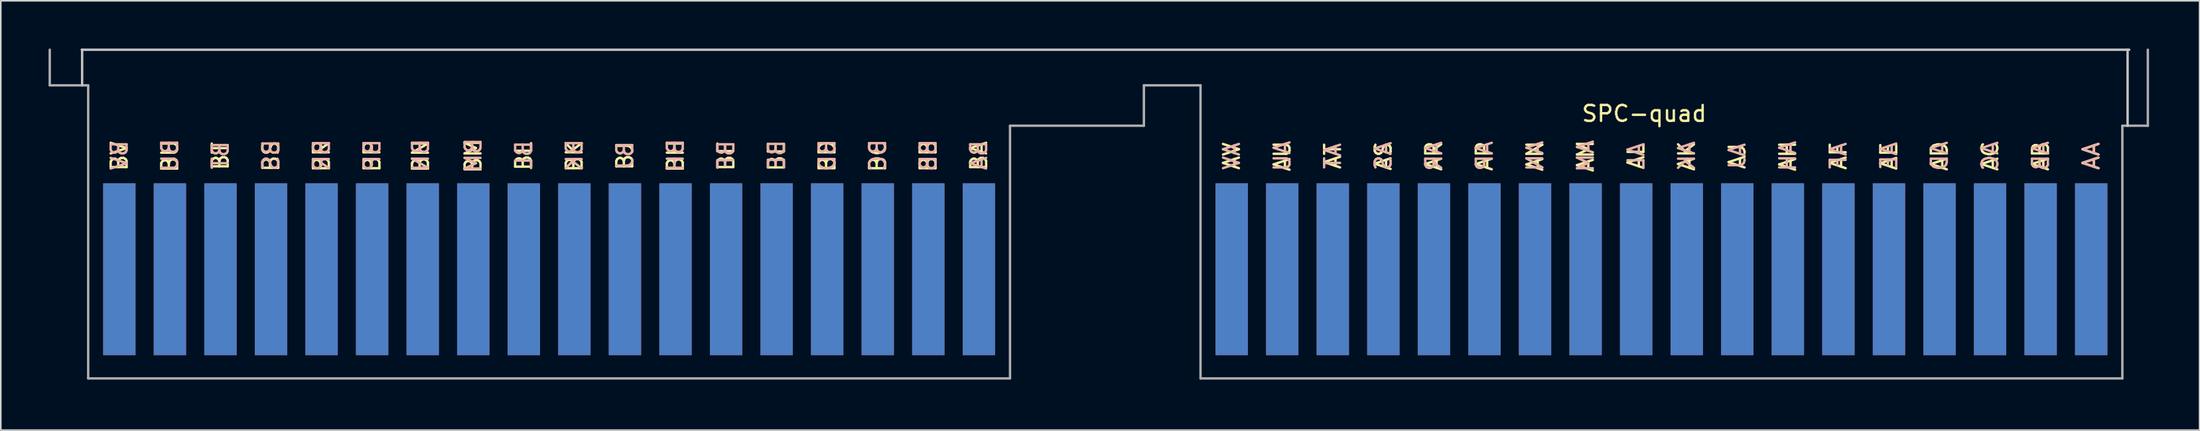
<source format=kicad_pcb>
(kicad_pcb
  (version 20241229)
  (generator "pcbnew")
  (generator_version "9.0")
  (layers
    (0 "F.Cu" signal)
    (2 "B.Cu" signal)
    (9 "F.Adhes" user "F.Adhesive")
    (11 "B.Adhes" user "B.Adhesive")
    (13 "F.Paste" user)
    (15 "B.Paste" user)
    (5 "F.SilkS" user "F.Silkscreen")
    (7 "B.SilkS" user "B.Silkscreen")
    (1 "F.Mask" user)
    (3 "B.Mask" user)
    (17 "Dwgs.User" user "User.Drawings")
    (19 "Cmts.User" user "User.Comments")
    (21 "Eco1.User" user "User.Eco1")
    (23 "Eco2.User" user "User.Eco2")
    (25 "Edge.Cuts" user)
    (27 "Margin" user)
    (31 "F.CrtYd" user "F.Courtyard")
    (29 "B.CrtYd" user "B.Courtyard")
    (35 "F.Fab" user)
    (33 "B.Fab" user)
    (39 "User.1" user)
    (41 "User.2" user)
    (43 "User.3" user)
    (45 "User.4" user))
  (footprint "SPC-quad"
    (layer "F.Cu")
    (at 131.825 20.725)
    (property "Reference" "SPC-quad" (at -31.623 -16.637 0) (layer "F.SilkS") (effects (font (size 1 1) (thickness 0.15))))
    (attr through_hole)
    (fp_line (start -129.743 -20.65) (end -1.168 -20.65) (stroke (width 0.15) (type solid)) (layer "Dwgs.User"))
    (fp_line (start -129.718 -18.415) (end -129.718 -20.65) (stroke (width 0.15) (type solid)) (layer "Dwgs.User"))
    (fp_line (start -1.27 -15.875) (end -1.27 -20.65) (stroke (width 0.15) (type solid)) (layer "Dwgs.User"))
    (fp_line (start -131.75 -18.415) (end -131.75 -20.65) (stroke (width 0.15) (type solid)) (layer "F.Fab"))
    (fp_line (start -129.337 -18.415) (end -131.75 -18.415) (stroke (width 0.15) (type solid)) (layer "F.Fab"))
    (fp_line (start -129.337 0) (end -129.337 -18.415) (stroke (width 0.15) (type solid)) (layer "F.Fab"))
    (fp_line (start -71.45 -15.875) (end -71.45 0) (stroke (width 0.15) (type solid)) (layer "F.Fab"))
    (fp_line (start -71.45 0) (end -129.337 0) (stroke (width 0.15) (type solid)) (layer "F.Fab"))
    (fp_line (start -63.043 -18.415) (end -63.043 -15.875) (stroke (width 0.15) (type solid)) (layer "F.Fab"))
    (fp_line (start -63.043 -15.875) (end -71.45 -15.875) (stroke (width 0.15) (type solid)) (layer "F.Fab"))
    (fp_line (start -59.487 -18.415) (end -63.043 -18.415) (stroke (width 0.15) (type solid)) (layer "F.Fab"))
    (fp_line (start -59.487 0) (end -59.487 -18.415) (stroke (width 0.15) (type solid)) (layer "F.Fab"))
    (fp_line (start -59.487 0) (end -1.6 0) (stroke (width 0.15) (type solid)) (layer "F.Fab"))
    (fp_line (start -1.6 -15.875) (end 0 -15.875) (stroke (width 0.15) (type solid)) (layer "F.Fab"))
    (fp_line (start -1.6 0) (end -1.6 -15.875) (stroke (width 0.15) (type solid)) (layer "F.Fab"))
    (fp_line (start 0 -15.875) (end 0 -20.65) (stroke (width 0.15) (type solid)) (layer "F.Fab"))
    (fp_text user "BK" (at -98.806 -13.97 90) (layer "F.SilkS") (effects (font (size 1 1) (thickness 0.15))))
    (fp_text user "BS" (at -117.856 -13.97 90) (layer "F.SilkS") (effects (font (size 1 1) (thickness 0.15))))
    (fp_text user "BF" (at -89.281 -13.97 90) (layer "F.SilkS") (effects (font (size 1 1) (thickness 0.15))))
    (fp_text user "AD" (at -13.081 -13.97 90) (layer "F.SilkS") (effects (font (size 1 1) (thickness 0.15))))
    (fp_text user "AL" (at -32.131 -13.97 90) (layer "F.SilkS") (effects (font (size 1 1) (thickness 0.15))))
    (fp_text user "AT" (at -51.181 -13.97 90) (layer "F.SilkS") (effects (font (size 1 1) (thickness 0.15))))
    (fp_text user "BB" (at -76.581 -13.97 90) (layer "F.SilkS") (effects (font (size 1 1) (thickness 0.15))))
    (fp_text user "AA" (at -3.556 -13.97 90) (layer "F.SilkS") (effects (font (size 1 1) (thickness 0.15))))
    (fp_text user "BN" (at -108.458 -13.97 90) (layer "F.SilkS") (effects (font (size 1 1) (thickness 0.15))))
    (fp_text user "AJ" (at -25.781 -13.97 90) (layer "F.SilkS") (effects (font (size 1 1) (thickness 0.15))))
    (fp_text user "AF" (at -19.431 -13.97 90) (layer "F.SilkS") (effects (font (size 1 1) (thickness 0.15))))
    (fp_text user "AN" (at -38.481 -13.97 90) (layer "F.SilkS") (effects (font (size 1 1) (thickness 0.15))))
    (fp_text user "AP" (at -41.656 -13.97 90) (layer "F.SilkS") (effects (font (size 1 1) (thickness 0.15))))
    (fp_text user "BE" (at -86.106 -13.97 90) (layer "F.SilkS") (effects (font (size 1 1) (thickness 0.15))))
    (fp_text user "AC" (at -9.906 -13.97 90) (layer "F.SilkS") (effects (font (size 1 1) (thickness 0.15))))
    (fp_text user "AV" (at -57.531 -13.97 90) (layer "F.SilkS") (effects (font (size 1 1) (thickness 0.15))))
    (fp_text user "BM" (at -105.156 -13.97 90) (layer "F.SilkS") (effects (font (size 1 1) (thickness 0.15))))
    (fp_text user "BV" (at -127.381 -13.97 90) (layer "F.SilkS") (effects (font (size 1 1) (thickness 0.15))))
    (fp_text user "AH" (at -22.606 -13.97 90) (layer "F.SilkS") (effects (font (size 1 1) (thickness 0.15))))
    (fp_text user "BJ" (at -95.631 -13.97 90) (layer "F.SilkS") (effects (font (size 1 1) (thickness 0.15))))
    (fp_text user "BA" (at -73.406 -13.97 90) (layer "F.SilkS") (effects (font (size 1 1) (thickness 0.15))))
    (fp_text user "BR" (at -114.681 -13.97 90) (layer "F.SilkS") (effects (font (size 1 1) (thickness 0.15))))
    (fp_text user "AU" (at -54.356 -13.97 90) (layer "F.SilkS") (effects (font (size 1 1) (thickness 0.15))))
    (fp_text user "BL" (at -101.981 -13.97 90) (layer "F.SilkS") (effects (font (size 1 1) (thickness 0.15))))
    (fp_text user "BT" (at -121.031 -13.97 90) (layer "F.SilkS") (effects (font (size 1 1) (thickness 0.15))))
    (fp_text user "AS" (at -48.006 -13.97 90) (layer "F.SilkS") (effects (font (size 1 1) (thickness 0.15))))
    (fp_text user "BH" (at -92.456 -13.97 90) (layer "F.SilkS") (effects (font (size 1 1) (thickness 0.15))))
    (fp_text user "AR" (at -44.831 -13.97 90) (layer "F.SilkS") (effects (font (size 1 1) (thickness 0.15))))
    (fp_text user "AM" (at -35.306 -13.97 90) (layer "F.SilkS") (effects (font (size 1 1) (thickness 0.15))))
    (fp_text user "AB" (at -6.731 -13.97 90) (layer "F.SilkS") (effects (font (size 1 1) (thickness 0.15))))
    (fp_text user "AK" (at -28.956 -13.97 90) (layer "F.SilkS") (effects (font (size 1 1) (thickness 0.15))))
    (fp_text user "AE" (at -16.256 -13.97 90) (layer "F.SilkS") (effects (font (size 1 1) (thickness 0.15))))
    (fp_text user "BU" (at -124.206 -13.97 90) (layer "F.SilkS") (effects (font (size 1 1) (thickness 0.15))))
    (fp_text user "BP" (at -111.506 -13.97 90) (layer "F.SilkS") (effects (font (size 1 1) (thickness 0.15))))
    (fp_text user "BC" (at -79.756 -13.97 90) (layer "F.SilkS") (effects (font (size 1 1) (thickness 0.15))))
    (fp_text user "BD" (at -82.931 -13.97 90) (layer "F.SilkS") (effects (font (size 1 1) (thickness 0.15))))
    (fp_text user "BA" (at -73.406 -14.02 90) (layer "B.SilkS") (effects (font (size 1 1) (thickness 0.15)) (justify mirror)))
    (fp_text user "BP" (at -111.506 -14.02 90) (layer "B.SilkS") (effects (font (size 1 1) (thickness 0.15)) (justify mirror)))
    (fp_text user "BM" (at -105.156 -14.02 90) (layer "B.SilkS") (effects (font (size 1 1) (thickness 0.15)) (justify mirror)))
    (fp_text user "AC" (at -9.906 -13.97 90) (layer "B.SilkS") (effects (font (size 1 1) (thickness 0.15)) (justify mirror)))
    (fp_text user "AT" (at -51.181 -13.97 90) (layer "B.SilkS") (effects (font (size 1 1) (thickness 0.15)) (justify mirror)))
    (fp_text user "BJ" (at -95.631 -14.02 90) (layer "B.SilkS") (effects (font (size 1 1) (thickness 0.15)) (justify mirror)))
    (fp_text user "AR" (at -44.831 -13.97 90) (layer "B.SilkS") (effects (font (size 1 1) (thickness 0.15)) (justify mirror)))
    (fp_text user "BK" (at -98.806 -14.02 90) (layer "B.SilkS") (effects (font (size 1 1) (thickness 0.15)) (justify mirror)))
    (fp_text user "AK" (at -28.956 -13.97 90) (layer "B.SilkS") (effects (font (size 1 1) (thickness 0.15)) (justify mirror)))
    (fp_text user "AB" (at -6.731 -13.97 90) (layer "B.SilkS") (effects (font (size 1 1) (thickness 0.15)) (justify mirror)))
    (fp_text user "AH" (at -22.606 -13.97 90) (layer "B.SilkS") (effects (font (size 1 1) (thickness 0.15)) (justify mirror)))
    (fp_text user "AP" (at -41.656 -13.97 90) (layer "B.SilkS") (effects (font (size 1 1) (thickness 0.15)) (justify mirror)))
    (fp_text user "BN" (at -108.458 -14.02 90) (layer "B.SilkS") (effects (font (size 1 1) (thickness 0.15)) (justify mirror)))
    (fp_text user "BR" (at -114.681 -14.02 90) (layer "B.SilkS") (effects (font (size 1 1) (thickness 0.15)) (justify mirror)))
    (fp_text user "AM" (at -35.306 -13.97 90) (layer "B.SilkS") (effects (font (size 1 1) (thickness 0.15)) (justify mirror)))
    (fp_text user "BF" (at -89.281 -14.02 90) (layer "B.SilkS") (effects (font (size 1 1) (thickness 0.15)) (justify mirror)))
    (fp_text user "AF" (at -19.431 -13.97 90) (layer "B.SilkS") (effects (font (size 1 1) (thickness 0.15)) (justify mirror)))
    (fp_text user "BB" (at -76.581 -14.02 90) (layer "B.SilkS") (effects (font (size 1 1) (thickness 0.15)) (justify mirror)))
    (fp_text user "BC" (at -79.756 -14.02 90) (layer "B.SilkS") (effects (font (size 1 1) (thickness 0.15)) (justify mirror)))
    (fp_text user "AN" (at -38.481 -13.97 90) (layer "B.SilkS") (effects (font (size 1 1) (thickness 0.15)) (justify mirror)))
    (fp_text user "AD" (at -13.081 -13.97 90) (layer "B.SilkS") (effects (font (size 1 1) (thickness 0.15)) (justify mirror)))
    (fp_text user "BD" (at -82.931 -14.02 90) (layer "B.SilkS") (effects (font (size 1 1) (thickness 0.15)) (justify mirror)))
    (fp_text user "BH" (at -92.456 -14.02 90) (layer "B.SilkS") (effects (font (size 1 1) (thickness 0.15)) (justify mirror)))
    (fp_text user "AS" (at -48.006 -13.97 90) (layer "B.SilkS") (effects (font (size 1 1) (thickness 0.15)) (justify mirror)))
    (fp_text user "BE" (at -86.106 -14.02 90) (layer "B.SilkS") (effects (font (size 1 1) (thickness 0.15)) (justify mirror)))
    (fp_text user "BL" (at -101.981 -14.02 90) (layer "B.SilkS") (effects (font (size 1 1) (thickness 0.15)) (justify mirror)))
    (fp_text user "AU" (at -54.356 -13.97 90) (layer "B.SilkS") (effects (font (size 1 1) (thickness 0.15)) (justify mirror)))
    (fp_text user "AE" (at -16.256 -13.97 90) (layer "B.SilkS") (effects (font (size 1 1) (thickness 0.15)) (justify mirror)))
    (fp_text user "AL" (at -32.131 -13.97 90) (layer "B.SilkS") (effects (font (size 1 1) (thickness 0.15)) (justify mirror)))
    (fp_text user "BT" (at -121.031 -14.02 90) (layer "B.SilkS") (effects (font (size 1 1) (thickness 0.15)) (justify mirror)))
    (fp_text user "AV" (at -57.531 -13.97 90) (layer "B.SilkS") (effects (font (size 1 1) (thickness 0.15)) (justify mirror)))
    (fp_text user "BS" (at -117.856 -14.02 90) (layer "B.SilkS") (effects (font (size 1 1) (thickness 0.15)) (justify mirror)))
    (fp_text user "BU" (at -124.206 -14.02 90) (layer "B.SilkS") (effects (font (size 1 1) (thickness 0.15)) (justify mirror)))
    (fp_text user "AA" (at -3.556 -13.97 90) (layer "B.SilkS") (effects (font (size 1 1) (thickness 0.15)) (justify mirror)))
    (fp_text user "AJ" (at -25.781 -13.97 90) (layer "B.SilkS") (effects (font (size 1 1) (thickness 0.15)) (justify mirror)))
    (fp_text user "BV" (at -127.381 -14.02 90) (layer "B.SilkS") (effects (font (size 1 1) (thickness 0.15)) (justify mirror)))
    (pad "AA1" connect rect (at -3.556 -6.858) (size 2.032 10.795) (layers "F.Cu" "F.Mask"))
    (pad "AA2" connect rect (at -3.556 -6.858) (size 2.032 10.795) (layers "B.Cu"))
    (pad "AB1" connect rect (at -6.731 -6.858) (size 2.032 10.795) (layers "F.Cu" "F.Mask"))
    (pad "AB2" connect rect (at -6.731 -6.858) (size 2.032 10.795) (layers "B.Cu"))
    (pad "AC1" connect rect (at -9.906 -6.858) (size 2.032 10.795) (layers "F.Cu" "F.Mask"))
    (pad "AC2" connect rect (at -9.906 -6.858) (size 2.032 10.795) (layers "B.Cu"))
    (pad "AD1" connect rect (at -13.081 -6.858) (size 2.032 10.795) (layers "F.Cu" "F.Mask"))
    (pad "AD2" connect rect (at -13.081 -6.858) (size 2.032 10.795) (layers "B.Cu"))
    (pad "AE1" connect rect (at -16.256 -6.858) (size 2.032 10.795) (layers "F.Cu" "F.Mask"))
    (pad "AE2" connect rect (at -16.256 -6.858) (size 2.032 10.795) (layers "B.Cu"))
    (pad "AF1" connect rect (at -19.431 -6.858) (size 2.032 10.795) (layers "F.Cu" "F.Mask"))
    (pad "AF2" connect rect (at -19.431 -6.858) (size 2.032 10.795) (layers "B.Cu"))
    (pad "AH1" connect rect (at -22.606 -6.858) (size 2.032 10.795) (layers "F.Cu" "F.Mask"))
    (pad "AH2" connect rect (at -22.606 -6.858) (size 2.032 10.795) (layers "B.Cu"))
    (pad "AJ1" connect rect (at -25.781 -6.858) (size 2.032 10.795) (layers "F.Cu" "F.Mask"))
    (pad "AJ2" connect rect (at -25.781 -6.858) (size 2.032 10.795) (layers "B.Cu"))
    (pad "AK1" connect rect (at -28.956 -6.858) (size 2.032 10.795) (layers "F.Cu" "F.Mask"))
    (pad "AK2" connect rect (at -28.956 -6.858) (size 2.032 10.795) (layers "B.Cu"))
    (pad "AL1" connect rect (at -32.131 -6.858) (size 2.032 10.795) (layers "F.Cu" "F.Mask"))
    (pad "AL2" connect rect (at -32.131 -6.858) (size 2.032 10.795) (layers "B.Cu"))
    (pad "AM1" connect rect (at -35.306 -6.858) (size 2.032 10.795) (layers "F.Cu" "F.Mask"))
    (pad "AM2" connect rect (at -35.306 -6.858) (size 2.032 10.795) (layers "B.Cu"))
    (pad "AN1" connect rect (at -38.481 -6.858) (size 2.032 10.795) (layers "F.Cu" "F.Mask"))
    (pad "AN2" connect rect (at -38.481 -6.858) (size 2.032 10.795) (layers "B.Cu"))
    (pad "AP1" connect rect (at -41.656 -6.858) (size 2.032 10.795) (layers "F.Cu" "F.Mask"))
    (pad "AP2" connect rect (at -41.656 -6.858) (size 2.032 10.795) (layers "B.Cu"))
    (pad "AR1" connect rect (at -44.831 -6.858) (size 2.032 10.795) (layers "F.Cu" "F.Mask"))
    (pad "AR2" connect rect (at -44.831 -6.858) (size 2.032 10.795) (layers "B.Cu"))
    (pad "AS1" connect rect (at -48.006 -6.858) (size 2.032 10.795) (layers "F.Cu" "F.Mask"))
    (pad "AS2" connect rect (at -48.006 -6.858) (size 2.032 10.795) (layers "B.Cu"))
    (pad "AT1" connect rect (at -51.181 -6.858) (size 2.032 10.795) (layers "F.Cu" "F.Mask"))
    (pad "AT2" connect rect (at -51.181 -6.858) (size 2.032 10.795) (layers "B.Cu"))
    (pad "AU1" connect rect (at -54.356 -6.858) (size 2.032 10.795) (layers "F.Cu" "F.Mask"))
    (pad "AU2" connect rect (at -54.356 -6.858) (size 2.032 10.795) (layers "B.Cu"))
    (pad "AV1" connect rect (at -57.531 -6.858) (size 2.032 10.795) (layers "F.Cu" "F.Mask"))
    (pad "AV2" connect rect (at -57.531 -6.858) (size 2.032 10.795) (layers "B.Cu"))
    (pad "BA1" connect rect (at -73.406 -6.858) (size 2.032 10.795) (layers "F.Cu" "F.Mask"))
    (pad "BA2" connect rect (at -73.406 -6.858) (size 2.032 10.795) (layers "B.Cu"))
    (pad "BB1" connect rect (at -76.581 -6.858) (size 2.032 10.795) (layers "F.Cu" "F.Mask"))
    (pad "BB2" connect rect (at -76.581 -6.858) (size 2.032 10.795) (layers "B.Cu"))
    (pad "BC1" connect rect (at -79.756 -6.858) (size 2.032 10.795) (layers "F.Cu" "F.Mask"))
    (pad "BC2" connect rect (at -79.756 -6.858) (size 2.032 10.795) (layers "B.Cu"))
    (pad "BD1" connect rect (at -82.931 -6.858) (size 2.032 10.795) (layers "F.Cu" "F.Mask"))
    (pad "BD2" connect rect (at -82.931 -6.858) (size 2.032 10.795) (layers "B.Cu"))
    (pad "BE1" connect rect (at -86.106 -6.858) (size 2.032 10.795) (layers "F.Cu" "F.Mask"))
    (pad "BE2" connect rect (at -86.106 -6.858) (size 2.032 10.795) (layers "B.Cu"))
    (pad "BF1" connect rect (at -89.281 -6.858) (size 2.032 10.795) (layers "F.Cu" "F.Mask"))
    (pad "BF2" connect rect (at -89.281 -6.858) (size 2.032 10.795) (layers "B.Cu"))
    (pad "BH1" connect rect (at -92.456 -6.858) (size 2.032 10.795) (layers "F.Cu" "F.Mask"))
    (pad "BH2" connect rect (at -92.456 -6.858) (size 2.032 10.795) (layers "B.Cu"))
    (pad "BJ1" connect rect (at -95.631 -6.858) (size 2.032 10.795) (layers "F.Cu" "F.Mask"))
    (pad "BJ2" connect rect (at -95.631 -6.858) (size 2.032 10.795) (layers "B.Cu"))
    (pad "BK1" connect rect (at -98.806 -6.858) (size 2.032 10.795) (layers "F.Cu" "F.Mask"))
    (pad "BK2" connect rect (at -98.806 -6.858) (size 2.032 10.795) (layers "B.Cu"))
    (pad "BL1" connect rect (at -101.981 -6.858) (size 2.032 10.795) (layers "F.Cu" "F.Mask"))
    (pad "BL2" connect rect (at -101.981 -6.858) (size 2.032 10.795) (layers "B.Cu"))
    (pad "BM1" connect rect (at -105.156 -6.858) (size 2.032 10.795) (layers "F.Cu" "F.Mask"))
    (pad "BM2" connect rect (at -105.156 -6.858) (size 2.032 10.795) (layers "B.Cu"))
    (pad "BN1" connect rect (at -108.331 -6.858) (size 2.032 10.795) (layers "F.Cu" "F.Mask"))
    (pad "BN2" connect rect (at -108.331 -6.858) (size 2.032 10.795) (layers "B.Cu"))
    (pad "BP1" connect rect (at -111.506 -6.858) (size 2.032 10.795) (layers "F.Cu" "F.Mask"))
    (pad "BP2" connect rect (at -111.506 -6.858) (size 2.032 10.795) (layers "B.Cu"))
    (pad "BR1" connect rect (at -114.681 -6.858) (size 2.032 10.795) (layers "F.Cu" "F.Mask"))
    (pad "BR2" connect rect (at -114.681 -6.858) (size 2.032 10.795) (layers "B.Cu"))
    (pad "BS1" connect rect (at -117.856 -6.858) (size 2.032 10.795) (layers "F.Cu" "F.Mask"))
    (pad "BS2" connect rect (at -117.856 -6.858) (size 2.032 10.795) (layers "B.Cu"))
    (pad "BT1" connect rect (at -121.031 -6.858) (size 2.032 10.795) (layers "F.Cu" "F.Mask"))
    (pad "BT2" connect rect (at -121.031 -6.858) (size 2.032 10.795) (layers "B.Cu"))
    (pad "BU1" connect rect (at -124.206 -6.858) (size 2.032 10.795) (layers "F.Cu" "F.Mask"))
    (pad "BU2" connect rect (at -124.206 -6.858) (size 2.032 10.795) (layers "B.Cu"))
    (pad "BV1" connect rect (at -127.381 -6.858) (size 2.032 10.795) (layers "F.Cu" "F.Mask"))
    (pad "BV2" connect rect (at -127.381 -6.858) (size 2.032 10.795) (layers "B.Cu")))
  (gr_rect
    (start -3 -3)
    (end 135.075 23.975)
    (stroke (width 0.1) (type default))
    (fill no)
    (layer "Edge.Cuts")))
</source>
